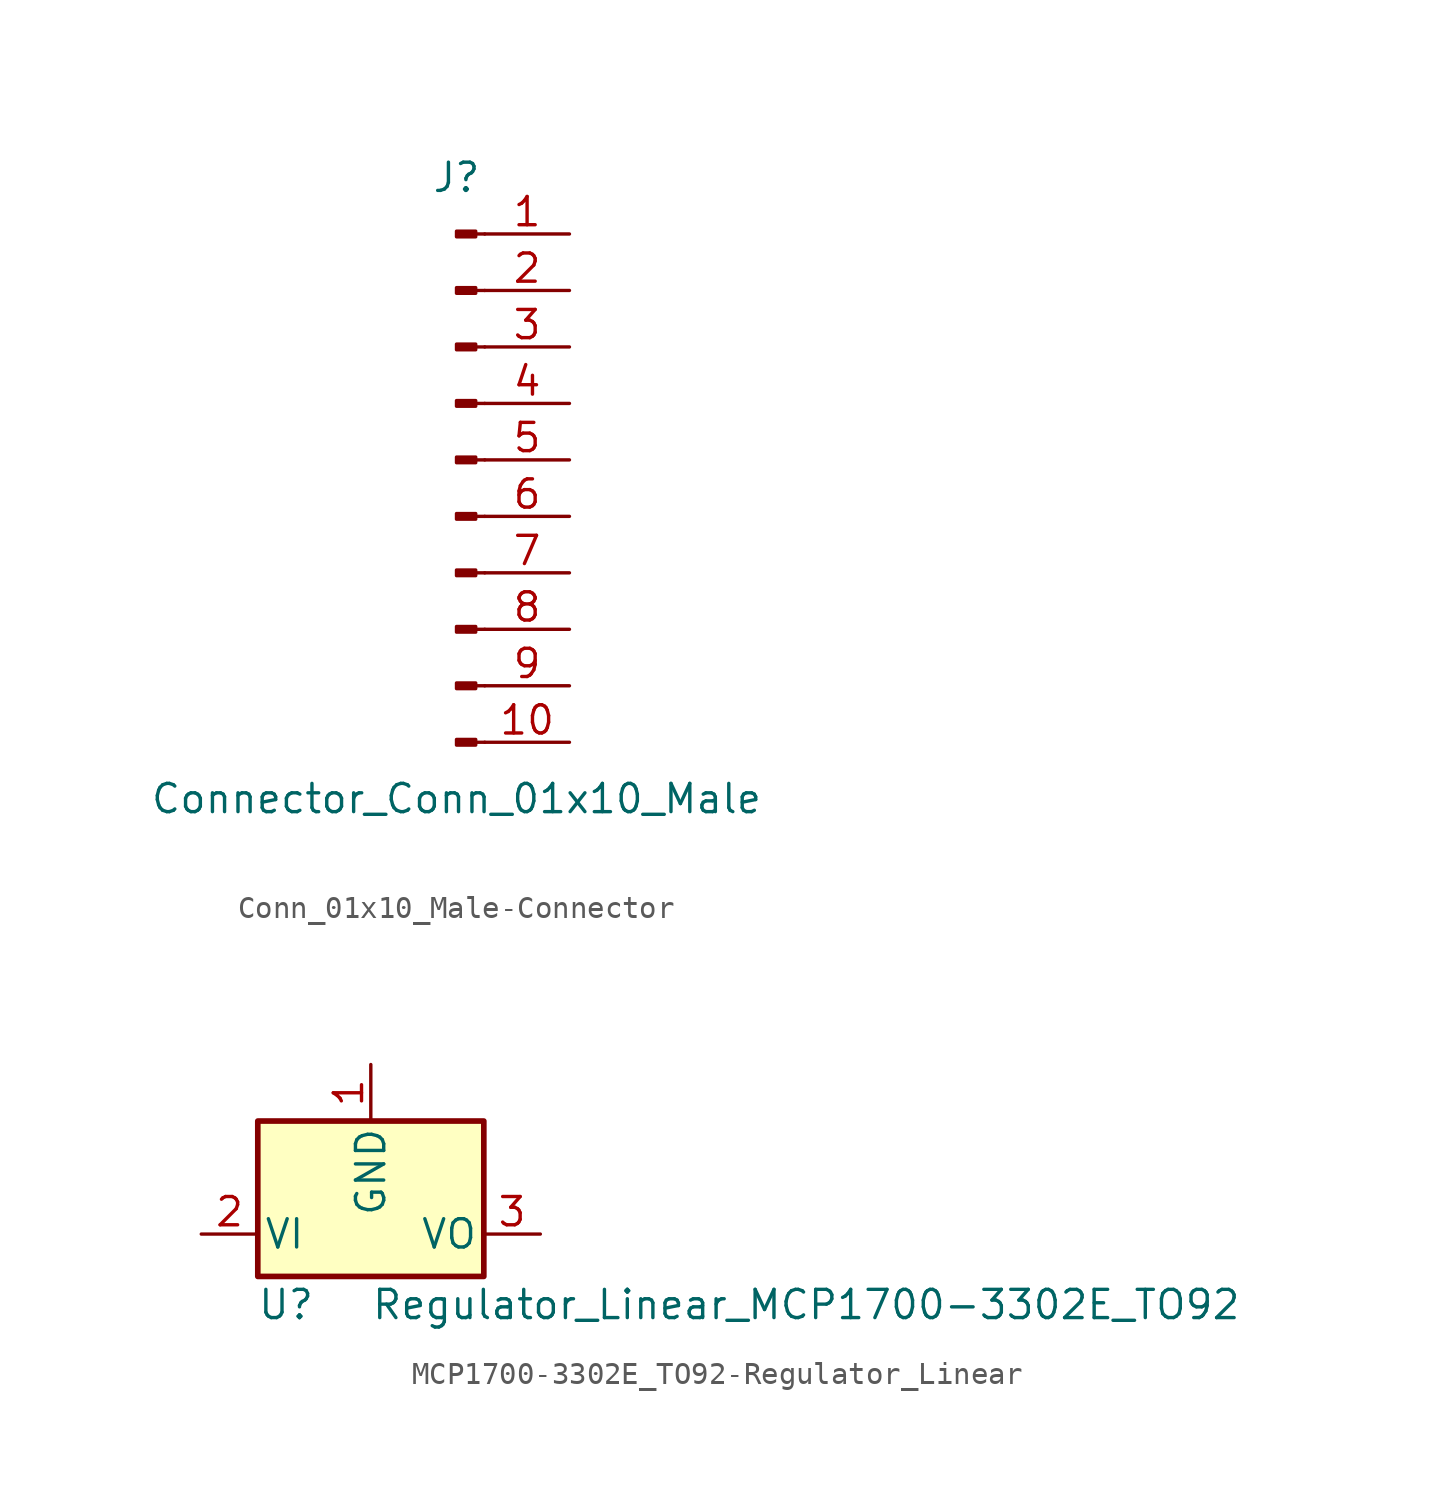
<source format=kicad_sym>
(kicad_symbol_lib
  (version 20241209)
  (generator "kicad_symbol_editor")
  (generator_version "9.0")
  (symbol "Conn_01x10_Male-Connector"
    (pin_names
      (offset 1.016)
      (hide yes))
    (property "Reference" "J"
      (at 0 12.7 0)
      (effects (font (size 1.27 1.27))))
    (property "Value" "Connector_Conn_01x10_Male"
      (at 0 -15.24 0)
      (effects (font (size 1.27 1.27))))
    (symbol "Conn_01x10_Male-Connector_1_1"
      (rectangle (start 0.864 10.287) (end 0 10.033) (stroke (width 0.152) (type solid)) (fill (type outline)))
      (rectangle (start 0.864 7.747) (end 0 7.493) (stroke (width 0.152) (type solid)) (fill (type outline)))
      (rectangle (start 0.864 5.207) (end 0 4.953) (stroke (width 0.152) (type solid)) (fill (type outline)))
      (rectangle (start 0.864 2.667) (end 0 2.413) (stroke (width 0.152) (type solid)) (fill (type outline)))
      (rectangle (start 0.864 0.127) (end 0 -0.127) (stroke (width 0.152) (type solid)) (fill (type outline)))
      (rectangle (start 0.864 -2.413) (end 0 -2.667) (stroke (width 0.152) (type solid)) (fill (type outline)))
      (rectangle (start 0.864 -4.953) (end 0 -5.207) (stroke (width 0.152) (type solid)) (fill (type outline)))
      (rectangle (start 0.864 -7.493) (end 0 -7.747) (stroke (width 0.152) (type solid)) (fill (type outline)))
      (rectangle (start 0.864 -10.033) (end 0 -10.287) (stroke (width 0.152) (type solid)) (fill (type outline)))
      (rectangle (start 0.864 -12.573) (end 0 -12.827) (stroke (width 0.152) (type solid)) (fill (type outline)))
      (polyline (pts (xy 1.27 10.16) (xy 0.864 10.16)) (stroke (width 0.152) (type solid)) (fill (type none)))
      (polyline (pts (xy 1.27 7.62) (xy 0.864 7.62)) (stroke (width 0.152) (type solid)) (fill (type none)))
      (polyline (pts (xy 1.27 5.08) (xy 0.864 5.08)) (stroke (width 0.152) (type solid)) (fill (type none)))
      (polyline (pts (xy 1.27 2.54) (xy 0.864 2.54)) (stroke (width 0.152) (type solid)) (fill (type none)))
      (polyline (pts (xy 1.27 0) (xy 0.864 0)) (stroke (width 0.152) (type solid)) (fill (type none)))
      (polyline (pts (xy 1.27 -2.54) (xy 0.864 -2.54)) (stroke (width 0.152) (type solid)) (fill (type none)))
      (polyline (pts (xy 1.27 -5.08) (xy 0.864 -5.08)) (stroke (width 0.152) (type solid)) (fill (type none)))
      (polyline (pts (xy 1.27 -7.62) (xy 0.864 -7.62)) (stroke (width 0.152) (type solid)) (fill (type none)))
      (polyline (pts (xy 1.27 -10.16) (xy 0.864 -10.16)) (stroke (width 0.152) (type solid)) (fill (type none)))
      (polyline (pts (xy 1.27 -12.7) (xy 0.864 -12.7)) (stroke (width 0.152) (type solid)) (fill (type none)))
      (pin passive line (at 5.08 10.16 180) (length 3.81) (name "Pin_1" (effects (font (size 1.27 1.27)))) (number "1" (effects (font (size 1.27 1.27)))))
      (pin passive line (at 5.08 7.62 180) (length 3.81) (name "Pin_2" (effects (font (size 1.27 1.27)))) (number "2" (effects (font (size 1.27 1.27)))))
      (pin passive line (at 5.08 5.08 180) (length 3.81) (name "Pin_3" (effects (font (size 1.27 1.27)))) (number "3" (effects (font (size 1.27 1.27)))))
      (pin passive line (at 5.08 2.54 180) (length 3.81) (name "Pin_4" (effects (font (size 1.27 1.27)))) (number "4" (effects (font (size 1.27 1.27)))))
      (pin passive line (at 5.08 0 180) (length 3.81) (name "Pin_5" (effects (font (size 1.27 1.27)))) (number "5" (effects (font (size 1.27 1.27)))))
      (pin passive line (at 5.08 -2.54 180) (length 3.81) (name "Pin_6" (effects (font (size 1.27 1.27)))) (number "6" (effects (font (size 1.27 1.27)))))
      (pin passive line (at 5.08 -5.08 180) (length 3.81) (name "Pin_7" (effects (font (size 1.27 1.27)))) (number "7" (effects (font (size 1.27 1.27)))))
      (pin passive line (at 5.08 -7.62 180) (length 3.81) (name "Pin_8" (effects (font (size 1.27 1.27)))) (number "8" (effects (font (size 1.27 1.27)))))
      (pin passive line (at 5.08 -10.16 180) (length 3.81) (name "Pin_9" (effects (font (size 1.27 1.27)))) (number "9" (effects (font (size 1.27 1.27)))))
      (pin passive line (at 5.08 -12.7 180) (length 3.81) (name "Pin_10" (effects (font (size 1.27 1.27)))) (number "10" (effects (font (size 1.27 1.27)))))))
  (symbol "MCP1700-3302E_TO92-Regulator_Linear"
    (pin_names
      (offset 0.254))
    (property "Reference" "U"
      (at -3.81 -3.175 0)
      (effects (font (size 1.27 1.27))))
    (property "Value" "Regulator_Linear_MCP1700-3302E_TO92"
      (at 0 -3.175 0)
      (effects (font (size 1.27 1.27)) (justify left)))
    (symbol "MCP1700-3302E_TO92-Regulator_Linear_0_1"
      (rectangle (start -5.08 5.08) (end 5.08 -1.905) (stroke (width 0.254) (type solid)) (fill (type background))))
    (symbol "MCP1700-3302E_TO92-Regulator_Linear_1_1"
      (pin power_in line (at -7.62 0 0) (length 2.54) (name "VI" (effects (font (size 1.27 1.27)))) (number "2" (effects (font (size 1.27 1.27)))))
      (pin power_in line (at 0 7.62 270) (length 2.54) (name "GND" (effects (font (size 1.27 1.27)))) (number "1" (effects (font (size 1.27 1.27)))))
      (pin power_out line (at 7.62 0 180) (length 2.54) (name "VO" (effects (font (size 1.27 1.27)))) (number "3" (effects (font (size 1.27 1.27))))))))
</source>
